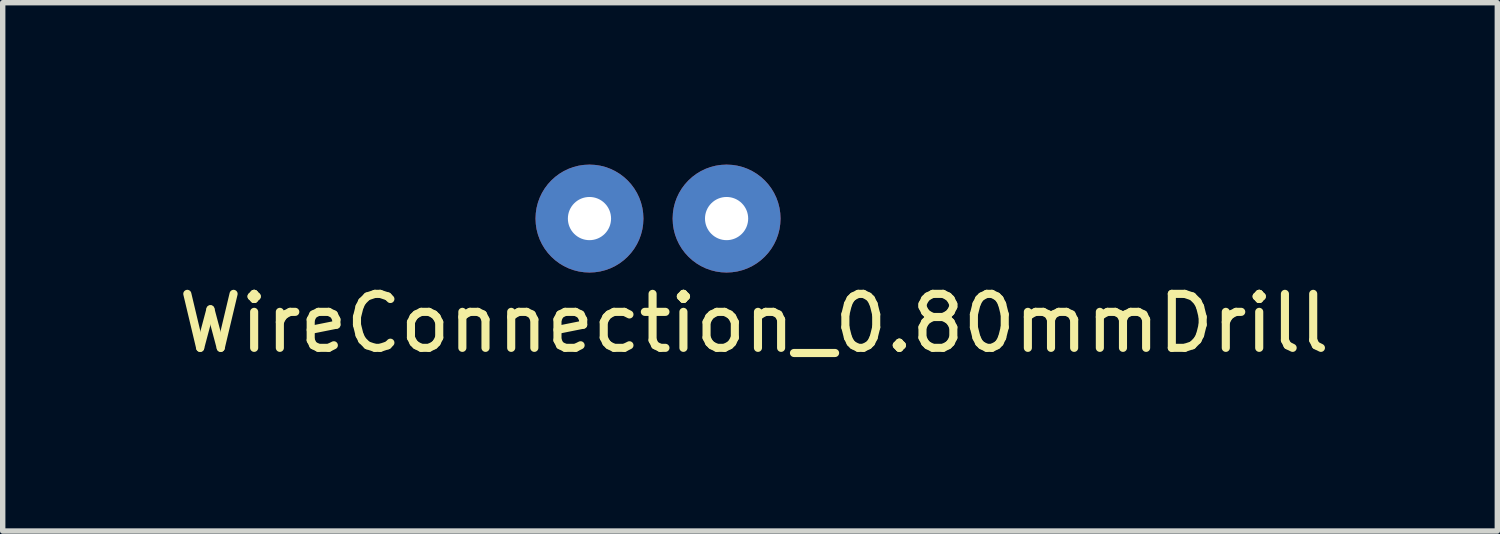
<source format=kicad_pcb>
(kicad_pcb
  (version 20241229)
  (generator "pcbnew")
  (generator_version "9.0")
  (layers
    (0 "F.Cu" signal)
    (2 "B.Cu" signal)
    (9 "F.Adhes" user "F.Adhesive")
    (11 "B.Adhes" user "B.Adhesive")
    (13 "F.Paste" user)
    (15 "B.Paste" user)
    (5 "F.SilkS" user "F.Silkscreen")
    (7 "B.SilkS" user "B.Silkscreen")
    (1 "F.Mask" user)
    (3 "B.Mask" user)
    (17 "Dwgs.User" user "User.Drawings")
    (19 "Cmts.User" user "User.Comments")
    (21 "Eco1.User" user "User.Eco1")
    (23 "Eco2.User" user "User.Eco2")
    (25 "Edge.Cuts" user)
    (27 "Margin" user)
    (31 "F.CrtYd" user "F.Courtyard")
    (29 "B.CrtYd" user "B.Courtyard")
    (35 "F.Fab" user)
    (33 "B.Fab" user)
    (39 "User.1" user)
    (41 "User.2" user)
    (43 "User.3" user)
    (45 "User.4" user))
  (footprint "WireConnection_0.80mmDrill"
    (layer "F.Cu")
    (at 0.25 0.999)
    (property "Reference" "WireConnection_0.80mmDrill" (at 10.67 1.94 0) (layer "F.SilkS") (effects (font (size 1 1) (thickness 0.15))))
    (attr through_hole)
    (pad "1" thru_hole circle (at 7.62 0) (size 1.999 1.999) (drill 0.8) (layers "*.Cu" "*.Mask"))
    (pad "2" thru_hole circle (at 10.16 0) (size 1.999 1.999) (drill 0.8) (layers "*.Cu" "*.Mask")))
  (gr_rect
    (start -3 -3)
    (end 24.688 6.788)
    (stroke (width 0.1) (type default))
    (fill no)
    (layer "Edge.Cuts")))
</source>
